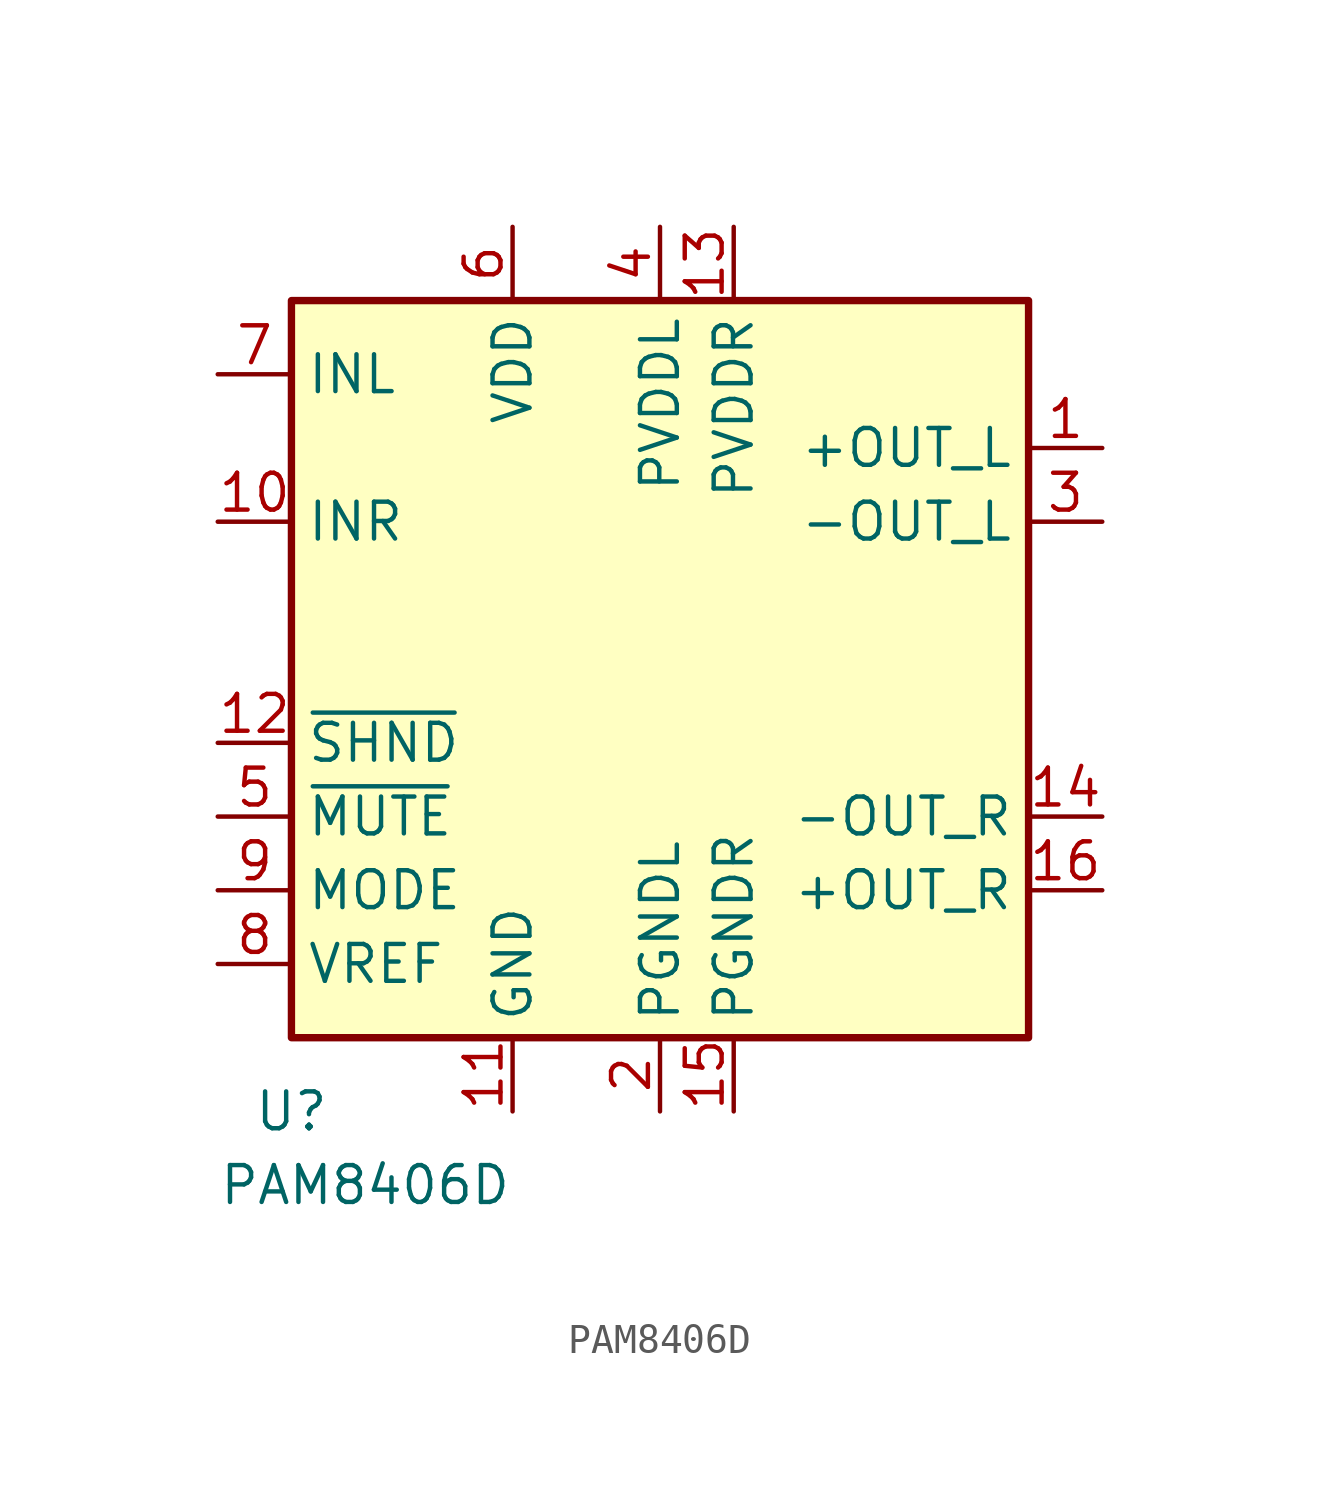
<source format=kicad_sym>
(kicad_symbol_lib
  (version 20241209)
  (generator "kicad_symbol_editor")
  (generator_version "9.0")
  (symbol "PAM8406D"
    (property "Reference" "U"
      (at -12.7 -15.24 0)
      (effects (font (size 1.27 1.27))))
    (property "Value" "PAM8406D"
      (at -10.16 -17.78 0)
      (effects (font (size 1.27 1.27))))
    (symbol "PAM8406D_0_1"
      (rectangle (start -12.7 12.7) (end 12.7 -12.7) (stroke (width 0.254) (type solid)) (fill (type background))))
    (symbol "PAM8406D_1_1"
      (pin input line (at -15.24 10.16 0) (length 2.54) (name "INL" (effects (font (size 1.27 1.27)))) (number "7" (effects (font (size 1.27 1.27)))))
      (pin input line (at -15.24 5.08 0) (length 2.54) (name "INR" (effects (font (size 1.27 1.27)))) (number "10" (effects (font (size 1.27 1.27)))))
      (pin input line (at -15.24 -2.54 0) (length 2.54) (name "~{SHND}" (effects (font (size 1.27 1.27)))) (number "12" (effects (font (size 1.27 1.27)))))
      (pin input line (at -15.24 -5.08 0) (length 2.54) (name "~{MUTE}" (effects (font (size 1.27 1.27)))) (number "5" (effects (font (size 1.27 1.27)))))
      (pin input line (at -15.24 -7.62 0) (length 2.54) (name "MODE" (effects (font (size 1.27 1.27)))) (number "9" (effects (font (size 1.27 1.27)))))
      (pin passive line (at -15.24 -10.16 0) (length 2.54) (name "VREF" (effects (font (size 1.27 1.27)))) (number "8" (effects (font (size 1.27 1.27)))))
      (pin power_in line (at -5.08 15.24 270) (length 2.54) (name "VDD" (effects (font (size 1.27 1.27)))) (number "6" (effects (font (size 1.27 1.27)))))
      (pin power_in line (at -5.08 -15.24 90) (length 2.54) (name "GND" (effects (font (size 1.27 1.27)))) (number "11" (effects (font (size 1.27 1.27)))))
      (pin power_in line (at 0 15.24 270) (length 2.54) (name "PVDDL" (effects (font (size 1.27 1.27)))) (number "4" (effects (font (size 1.27 1.27)))))
      (pin power_in line (at 0 -15.24 90) (length 2.54) (name "PGNDL" (effects (font (size 1.27 1.27)))) (number "2" (effects (font (size 1.27 1.27)))))
      (pin power_in line (at 2.54 15.24 270) (length 2.54) (name "PVDDR" (effects (font (size 1.27 1.27)))) (number "13" (effects (font (size 1.27 1.27)))))
      (pin power_in line (at 2.54 -15.24 90) (length 2.54) (name "PGNDR" (effects (font (size 1.27 1.27)))) (number "15" (effects (font (size 1.27 1.27)))))
      (pin output line (at 15.24 7.62 180) (length 2.54) (name "+OUT_L" (effects (font (size 1.27 1.27)))) (number "1" (effects (font (size 1.27 1.27)))))
      (pin output line (at 15.24 5.08 180) (length 2.54) (name "-OUT_L" (effects (font (size 1.27 1.27)))) (number "3" (effects (font (size 1.27 1.27)))))
      (pin output line (at 15.24 -5.08 180) (length 2.54) (name "-OUT_R" (effects (font (size 1.27 1.27)))) (number "14" (effects (font (size 1.27 1.27)))))
      (pin output line (at 15.24 -7.62 180) (length 2.54) (name "+OUT_R" (effects (font (size 1.27 1.27)))) (number "16" (effects (font (size 1.27 1.27))))))))
</source>
